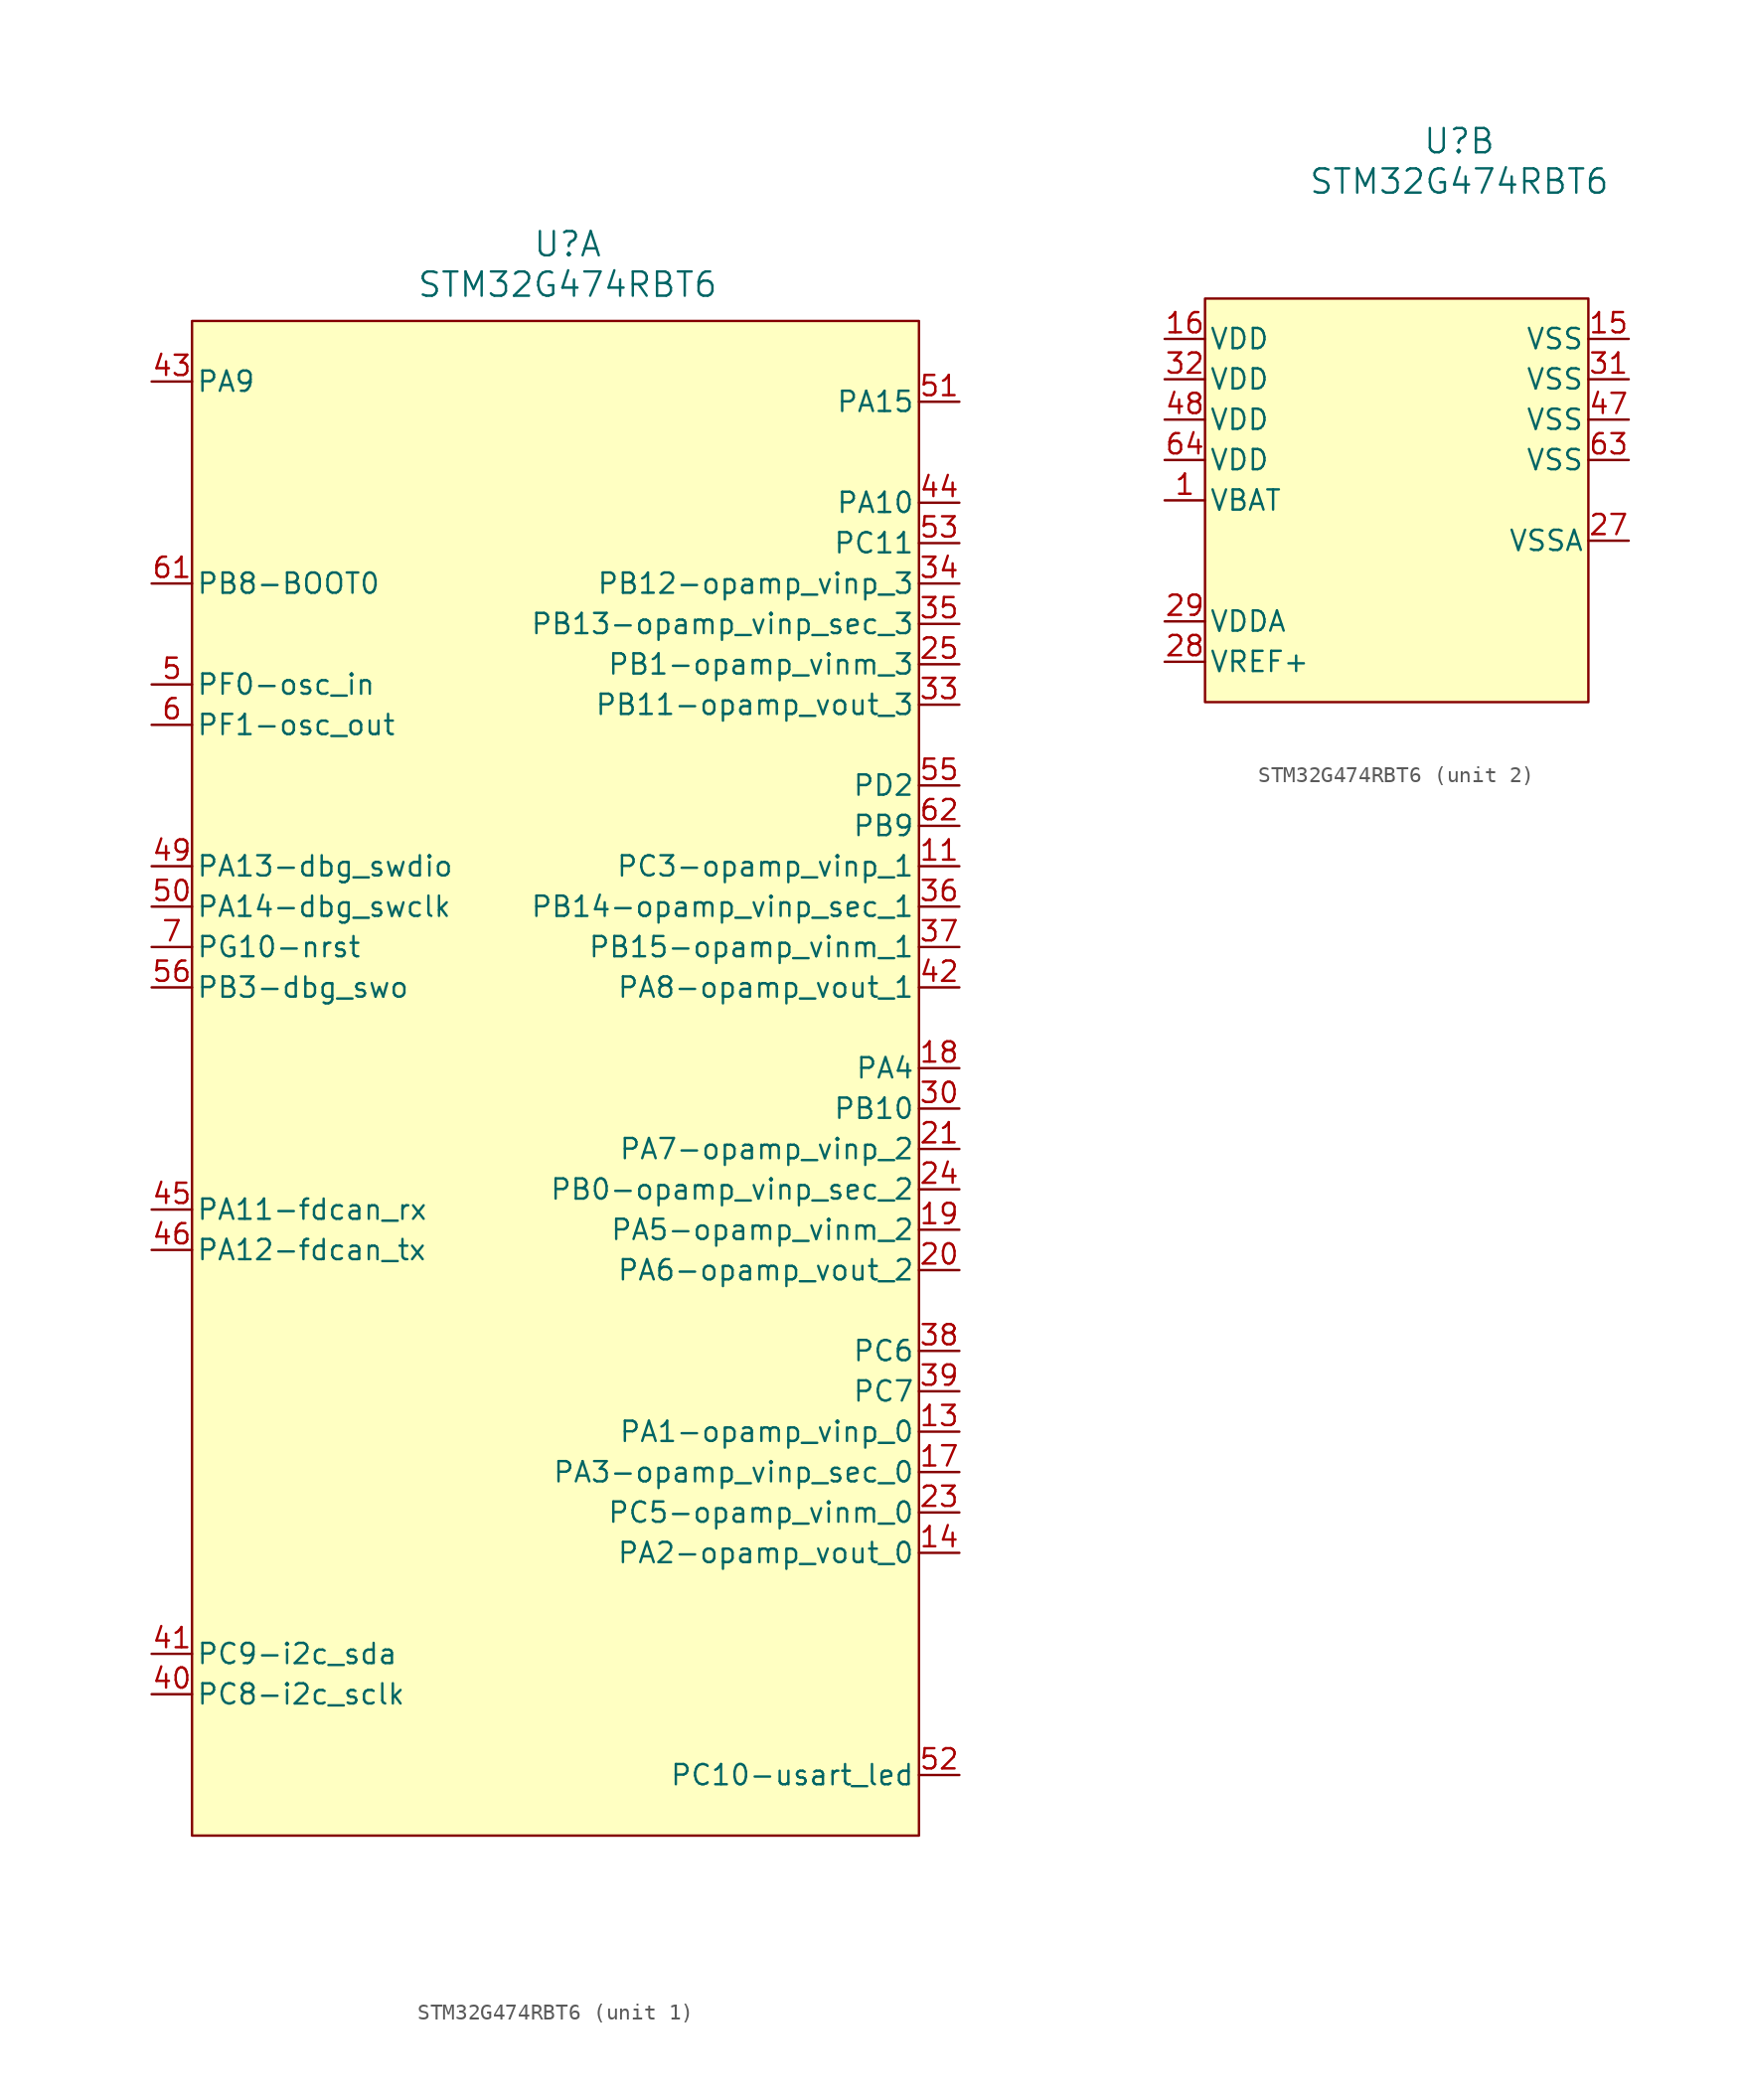
<source format=kicad_sym>
(kicad_symbol_lib
  (version 20241209)
  (generator "kicad_symbol_editor")
  (generator_version "9.0")
  (symbol "STM32G474RBT6"
    (pin_names
      (offset 0.254))
    (property "Reference" "U"
      (at 23.622 12.446 0)
      (effects (font (size 1.524 1.524))))
    (property "Value" "STM32G474RBT6"
      (at 23.622 9.906 0)
      (effects (font (size 1.524 1.524))))
    (property "ki_locked" ""
      (at 0 0 0)
      (effects (font (size 1.27 1.27))))
    (symbol "STM32G474RBT6_1_1"
      (rectangle (start 0 7.62) (end 45.72 -87.63) (stroke (width 0) (type default)) (fill (type color) (color 255 255 194 1)))
      (pin bidirectional line (at -2.54 3.81 0) (length 2.54) (name "PA9" (effects (font (size 1.27 1.27)))) (number "43" (effects (font (size 1.27 1.27)))))
      (pin bidirectional line (at -2.54 -8.89 0) (length 2.54) (name "PB8-BOOT0" (effects (font (size 1.27 1.27)))) (number "61" (effects (font (size 1.27 1.27)))))
      (pin unspecified line (at -2.54 -15.24 0) (length 2.54) (name "PF0-osc_in" (effects (font (size 1.27 1.27)))) (number "5" (effects (font (size 1.27 1.27)))))
      (pin unspecified line (at -2.54 -17.78 0) (length 2.54) (name "PF1-osc_out" (effects (font (size 1.27 1.27)))) (number "6" (effects (font (size 1.27 1.27)))))
      (pin unspecified line (at -2.54 -26.67 0) (length 2.54) (name "PA13-dbg_swdio" (effects (font (size 1.27 1.27)))) (number "49" (effects (font (size 1.27 1.27)))))
      (pin unspecified line (at -2.54 -29.21 0) (length 2.54) (name "PA14-dbg_swclk" (effects (font (size 1.27 1.27)))) (number "50" (effects (font (size 1.27 1.27)))))
      (pin bidirectional line (at -2.54 -31.75 0) (length 2.54) (name "PG10-nrst" (effects (font (size 1.27 1.27)))) (number "7" (effects (font (size 1.27 1.27)))))
      (pin unspecified line (at -2.54 -34.29 0) (length 2.54) (name "PB3-dbg_swo" (effects (font (size 1.27 1.27)))) (number "56" (effects (font (size 1.27 1.27)))))
      (pin unspecified line (at -2.54 -48.26 0) (length 2.54) (name "PA11-fdcan_rx" (effects (font (size 1.27 1.27)))) (number "45" (effects (font (size 1.27 1.27)))))
      (pin unspecified line (at -2.54 -50.8 0) (length 2.54) (name "PA12-fdcan_tx" (effects (font (size 1.27 1.27)))) (number "46" (effects (font (size 1.27 1.27)))))
      (pin unspecified line (at -2.54 -76.2 0) (length 2.54) (name "PC9-i2c_sda" (effects (font (size 1.27 1.27)))) (number "41" (effects (font (size 1.27 1.27)))))
      (pin unspecified line (at -2.54 -78.74 0) (length 2.54) (name "PC8-i2c_sclk" (effects (font (size 1.27 1.27)))) (number "40" (effects (font (size 1.27 1.27)))))
      (pin bidirectional line (at 48.26 2.54 180) (length 2.54) (name "PA15" (effects (font (size 1.27 1.27)))) (number "51" (effects (font (size 1.27 1.27)))))
      (pin bidirectional line (at 48.26 -3.81 180) (length 2.54) (name "PA10" (effects (font (size 1.27 1.27)))) (number "44" (effects (font (size 1.27 1.27)))))
      (pin bidirectional line (at 48.26 -6.35 180) (length 2.54) (name "PC11" (effects (font (size 1.27 1.27)))) (number "53" (effects (font (size 1.27 1.27)))))
      (pin unspecified line (at 48.26 -8.89 180) (length 2.54) (name "PB12-opamp_vinp_3" (effects (font (size 1.27 1.27)))) (number "34" (effects (font (size 1.27 1.27)))))
      (pin unspecified line (at 48.26 -11.43 180) (length 2.54) (name "PB13-opamp_vinp_sec_3" (effects (font (size 1.27 1.27)))) (number "35" (effects (font (size 1.27 1.27)))))
      (pin unspecified line (at 48.26 -13.97 180) (length 2.54) (name "PB1-opamp_vinm_3" (effects (font (size 1.27 1.27)))) (number "25" (effects (font (size 1.27 1.27)))))
      (pin unspecified line (at 48.26 -16.51 180) (length 2.54) (name "PB11-opamp_vout_3" (effects (font (size 1.27 1.27)))) (number "33" (effects (font (size 1.27 1.27)))))
      (pin bidirectional line (at 48.26 -21.59 180) (length 2.54) (name "PD2" (effects (font (size 1.27 1.27)))) (number "55" (effects (font (size 1.27 1.27)))))
      (pin bidirectional line (at 48.26 -24.13 180) (length 2.54) (name "PB9" (effects (font (size 1.27 1.27)))) (number "62" (effects (font (size 1.27 1.27)))))
      (pin unspecified line (at 48.26 -26.67 180) (length 2.54) (name "PC3-opamp_vinp_1" (effects (font (size 1.27 1.27)))) (number "11" (effects (font (size 1.27 1.27)))))
      (pin unspecified line (at 48.26 -29.21 180) (length 2.54) (name "PB14-opamp_vinp_sec_1" (effects (font (size 1.27 1.27)))) (number "36" (effects (font (size 1.27 1.27)))))
      (pin unspecified line (at 48.26 -31.75 180) (length 2.54) (name "PB15-opamp_vinm_1" (effects (font (size 1.27 1.27)))) (number "37" (effects (font (size 1.27 1.27)))))
      (pin unspecified line (at 48.26 -34.29 180) (length 2.54) (name "PA8-opamp_vout_1" (effects (font (size 1.27 1.27)))) (number "42" (effects (font (size 1.27 1.27)))))
      (pin bidirectional line (at 48.26 -39.37 180) (length 2.54) (name "PA4" (effects (font (size 1.27 1.27)))) (number "18" (effects (font (size 1.27 1.27)))))
      (pin bidirectional line (at 48.26 -41.91 180) (length 2.54) (name "PB10" (effects (font (size 1.27 1.27)))) (number "30" (effects (font (size 1.27 1.27)))))
      (pin unspecified line (at 48.26 -44.45 180) (length 2.54) (name "PA7-opamp_vinp_2" (effects (font (size 1.27 1.27)))) (number "21" (effects (font (size 1.27 1.27)))))
      (pin unspecified line (at 48.26 -46.99 180) (length 2.54) (name "PB0-opamp_vinp_sec_2" (effects (font (size 1.27 1.27)))) (number "24" (effects (font (size 1.27 1.27)))))
      (pin unspecified line (at 48.26 -49.53 180) (length 2.54) (name "PA5-opamp_vinm_2" (effects (font (size 1.27 1.27)))) (number "19" (effects (font (size 1.27 1.27)))))
      (pin unspecified line (at 48.26 -52.07 180) (length 2.54) (name "PA6-opamp_vout_2" (effects (font (size 1.27 1.27)))) (number "20" (effects (font (size 1.27 1.27)))))
      (pin bidirectional line (at 48.26 -57.15 180) (length 2.54) (name "PC6" (effects (font (size 1.27 1.27)))) (number "38" (effects (font (size 1.27 1.27)))))
      (pin bidirectional line (at 48.26 -59.69 180) (length 2.54) (name "PC7" (effects (font (size 1.27 1.27)))) (number "39" (effects (font (size 1.27 1.27)))))
      (pin unspecified line (at 48.26 -62.23 180) (length 2.54) (name "PA1-opamp_vinp_0" (effects (font (size 1.27 1.27)))) (number "13" (effects (font (size 1.27 1.27)))))
      (pin unspecified line (at 48.26 -64.77 180) (length 2.54) (name "PA3-opamp_vinp_sec_0" (effects (font (size 1.27 1.27)))) (number "17" (effects (font (size 1.27 1.27)))))
      (pin unspecified line (at 48.26 -67.31 180) (length 2.54) (name "PC5-opamp_vinm_0" (effects (font (size 1.27 1.27)))) (number "23" (effects (font (size 1.27 1.27)))))
      (pin unspecified line (at 48.26 -69.85 180) (length 2.54) (name "PA2-opamp_vout_0" (effects (font (size 1.27 1.27)))) (number "14" (effects (font (size 1.27 1.27)))))
      (pin no_connect line (at 48.26 -81.28 180) (length 2.54) (hide yes) (name "PC2" (effects (font (size 1.27 1.27)))) (number "10" (effects (font (size 1.27 1.27)))))
      (pin no_connect line (at 48.26 -81.28 180) (length 2.54) (hide yes) (name "PA0" (effects (font (size 1.27 1.27)))) (number "12" (effects (font (size 1.27 1.27)))))
      (pin no_connect line (at 48.26 -81.28 180) (length 2.54) (hide yes) (name "PC13" (effects (font (size 1.27 1.27)))) (number "2" (effects (font (size 1.27 1.27)))))
      (pin no_connect line (at 48.26 -81.28 180) (length 2.54) (hide yes) (name "PC4" (effects (font (size 1.27 1.27)))) (number "22" (effects (font (size 1.27 1.27)))))
      (pin no_connect line (at 48.26 -81.28 180) (length 2.54) (hide yes) (name "PB2" (effects (font (size 1.27 1.27)))) (number "26" (effects (font (size 1.27 1.27)))))
      (pin no_connect line (at 48.26 -81.28 180) (length 2.54) (hide yes) (name "PC14-OSC32_IN" (effects (font (size 1.27 1.27)))) (number "3" (effects (font (size 1.27 1.27)))))
      (pin no_connect line (at 48.26 -81.28 180) (length 2.54) (hide yes) (name "PC15-OSC32_OUT" (effects (font (size 1.27 1.27)))) (number "4" (effects (font (size 1.27 1.27)))))
      (pin no_connect line (at 48.26 -81.28 180) (length 2.54) (hide yes) (name "PC12" (effects (font (size 1.27 1.27)))) (number "54" (effects (font (size 1.27 1.27)))))
      (pin no_connect line (at 48.26 -81.28 180) (length 2.54) (hide yes) (name "PB4" (effects (font (size 1.27 1.27)))) (number "57" (effects (font (size 1.27 1.27)))))
      (pin no_connect line (at 48.26 -81.28 180) (length 2.54) (hide yes) (name "PB5" (effects (font (size 1.27 1.27)))) (number "58" (effects (font (size 1.27 1.27)))))
      (pin no_connect line (at 48.26 -81.28 180) (length 2.54) (hide yes) (name "PB6" (effects (font (size 1.27 1.27)))) (number "59" (effects (font (size 1.27 1.27)))))
      (pin no_connect line (at 48.26 -81.28 180) (length 2.54) (hide yes) (name "PB7" (effects (font (size 1.27 1.27)))) (number "60" (effects (font (size 1.27 1.27)))))
      (pin no_connect line (at 48.26 -81.28 180) (length 2.54) (hide yes) (name "PC0" (effects (font (size 1.27 1.27)))) (number "8" (effects (font (size 1.27 1.27)))))
      (pin no_connect line (at 48.26 -81.28 180) (length 2.54) (hide yes) (name "PC1" (effects (font (size 1.27 1.27)))) (number "9" (effects (font (size 1.27 1.27)))))
      (pin unspecified line (at 48.26 -83.82 180) (length 2.54) (name "PC10-usart_led" (effects (font (size 1.27 1.27)))) (number "52" (effects (font (size 1.27 1.27))))))
    (symbol "STM32G474RBT6_2_1"
      (rectangle (start 7.62 2.54) (end 31.75 -22.86) (stroke (width 0) (type default)) (fill (type color) (color 255 255 194 1)))
      (pin power_in line (at 5.08 0 0) (length 2.54) (name "VDD" (effects (font (size 1.27 1.27)))) (number "16" (effects (font (size 1.27 1.27)))))
      (pin power_in line (at 5.08 -2.54 0) (length 2.54) (name "VDD" (effects (font (size 1.27 1.27)))) (number "32" (effects (font (size 1.27 1.27)))))
      (pin power_in line (at 5.08 -5.08 0) (length 2.54) (name "VDD" (effects (font (size 1.27 1.27)))) (number "48" (effects (font (size 1.27 1.27)))))
      (pin power_in line (at 5.08 -7.62 0) (length 2.54) (name "VDD" (effects (font (size 1.27 1.27)))) (number "64" (effects (font (size 1.27 1.27)))))
      (pin power_in line (at 5.08 -10.16 0) (length 2.54) (name "VBAT" (effects (font (size 1.27 1.27)))) (number "1" (effects (font (size 1.27 1.27)))))
      (pin power_in line (at 5.08 -17.78 0) (length 2.54) (name "VDDA" (effects (font (size 1.27 1.27)))) (number "29" (effects (font (size 1.27 1.27)))))
      (pin power_in line (at 5.08 -20.32 0) (length 2.54) (name "VREF+" (effects (font (size 1.27 1.27)))) (number "28" (effects (font (size 1.27 1.27)))))
      (pin power_in line (at 34.29 0 180) (length 2.54) (name "VSS" (effects (font (size 1.27 1.27)))) (number "15" (effects (font (size 1.27 1.27)))))
      (pin power_in line (at 34.29 -2.54 180) (length 2.54) (name "VSS" (effects (font (size 1.27 1.27)))) (number "31" (effects (font (size 1.27 1.27)))))
      (pin power_in line (at 34.29 -5.08 180) (length 2.54) (name "VSS" (effects (font (size 1.27 1.27)))) (number "47" (effects (font (size 1.27 1.27)))))
      (pin power_in line (at 34.29 -7.62 180) (length 2.54) (name "VSS" (effects (font (size 1.27 1.27)))) (number "63" (effects (font (size 1.27 1.27)))))
      (pin power_in line (at 34.29 -12.7 180) (length 2.54) (name "VSSA" (effects (font (size 1.27 1.27)))) (number "27" (effects (font (size 1.27 1.27))))))))
</source>
